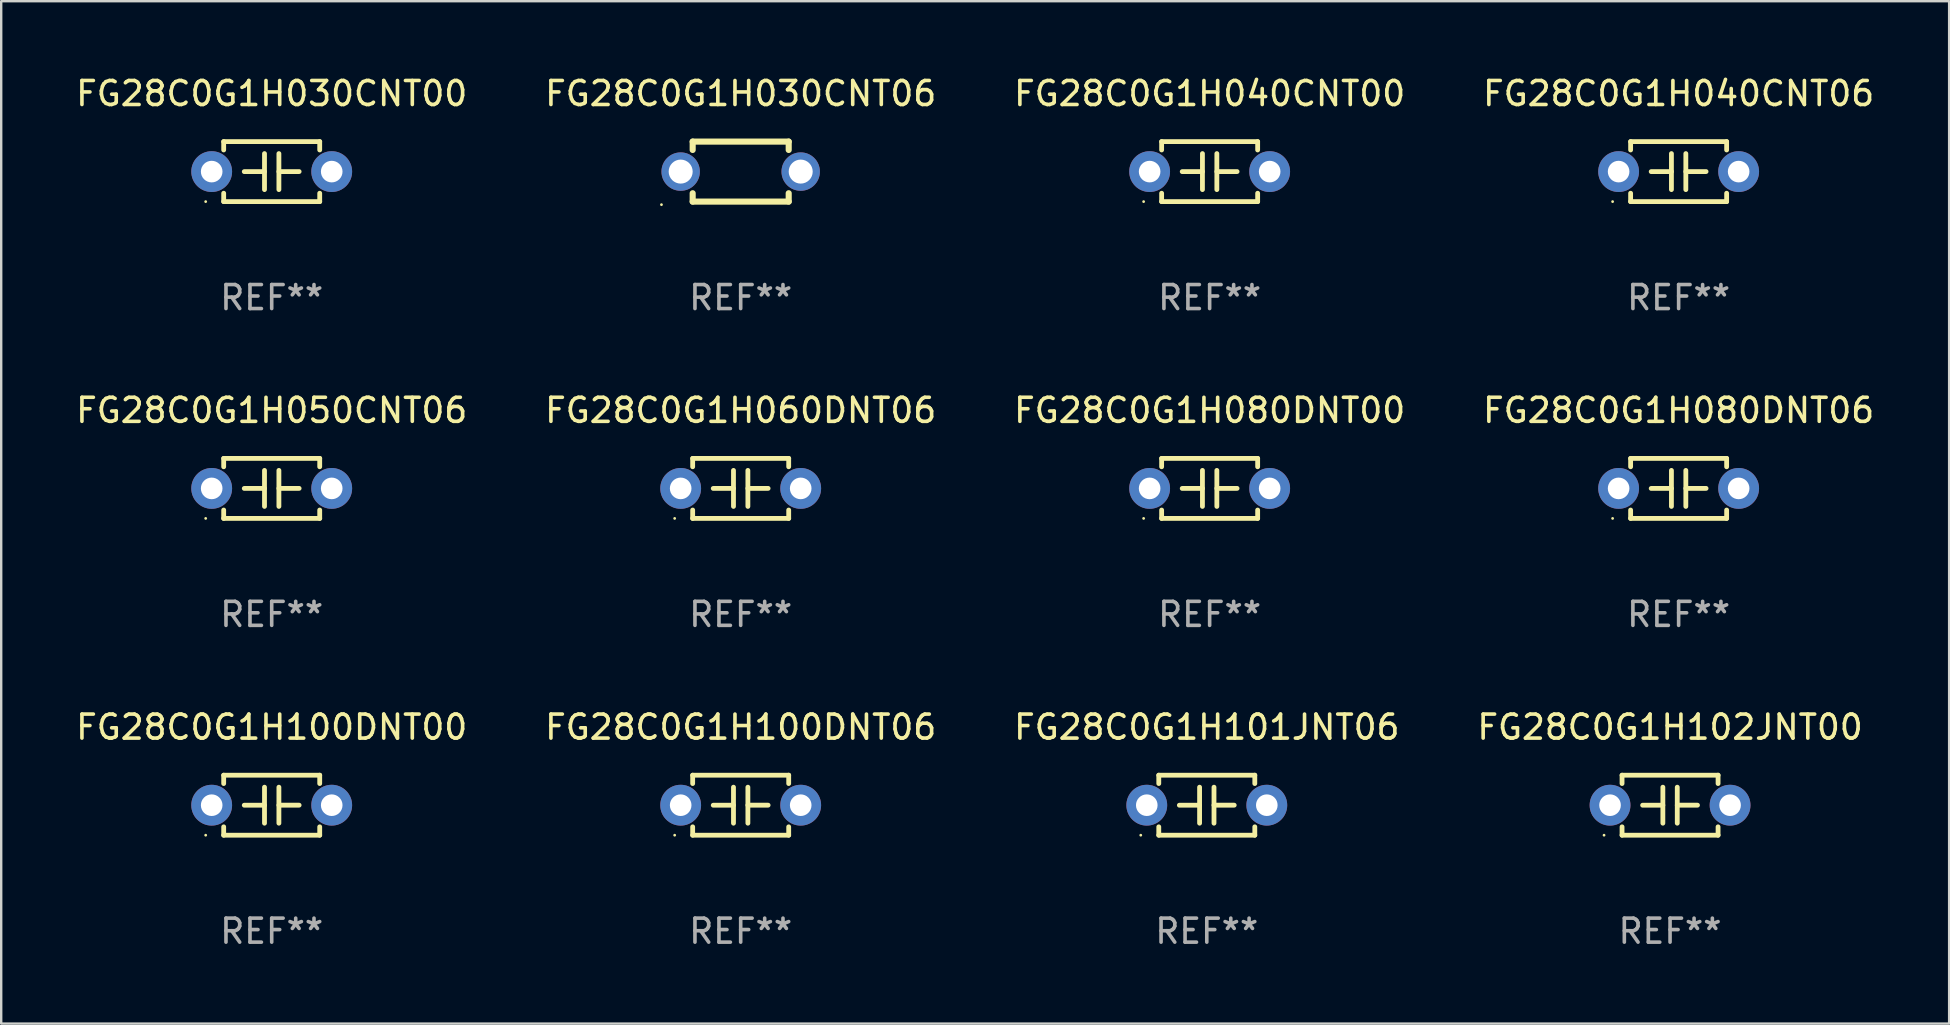
<source format=kicad_pcb>
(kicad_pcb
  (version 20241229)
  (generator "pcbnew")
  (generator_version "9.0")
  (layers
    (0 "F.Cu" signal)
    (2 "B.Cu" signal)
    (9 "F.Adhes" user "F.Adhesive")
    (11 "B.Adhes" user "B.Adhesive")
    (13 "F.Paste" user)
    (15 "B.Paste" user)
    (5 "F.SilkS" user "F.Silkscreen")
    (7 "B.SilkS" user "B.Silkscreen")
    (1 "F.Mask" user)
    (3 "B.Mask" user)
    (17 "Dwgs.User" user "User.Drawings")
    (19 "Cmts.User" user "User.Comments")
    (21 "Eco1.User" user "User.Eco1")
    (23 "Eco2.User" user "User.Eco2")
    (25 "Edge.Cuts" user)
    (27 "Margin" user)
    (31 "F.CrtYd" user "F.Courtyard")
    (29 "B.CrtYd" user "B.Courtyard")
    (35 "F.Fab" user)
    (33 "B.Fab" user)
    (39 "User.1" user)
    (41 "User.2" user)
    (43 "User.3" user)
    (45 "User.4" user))
  (footprint "FG28C0G1H060DNT06"
    (layer "F.Cu")
    (at 27.804 17.295)
    (property "Reference" "FG28C0G1H060DNT06" (at 0 -3.25 0) (layer "F.SilkS") (effects (font (size 1 1) (thickness 0.15))))
    (attr through_hole)
    (fp_line (start -2 -1.25) (end -2 -0.901) (stroke (width 0.2) (type solid)) (layer "F.SilkS"))
    (fp_line (start -2 -1.25) (end 2 -1.25) (stroke (width 0.2) (type solid)) (layer "F.SilkS"))
    (fp_line (start -2 0.901) (end -2 1.25) (stroke (width 0.2) (type solid)) (layer "F.SilkS"))
    (fp_line (start -0.3 -0.75) (end -0.3 0.75) (stroke (width 0.2) (type solid)) (layer "F.SilkS"))
    (fp_line (start -0.3 0.001) (end -1.143 0.001) (stroke (width 0.2) (type solid)) (layer "F.SilkS"))
    (fp_line (start 0.3 -0.001) (end 1.143 -0.001) (stroke (width 0.2) (type solid)) (layer "F.SilkS"))
    (fp_line (start 0.3 0.75) (end 0.3 -0.75) (stroke (width 0.2) (type solid)) (layer "F.SilkS"))
    (fp_line (start 2 -1.25) (end 2 -0.901) (stroke (width 0.2) (type solid)) (layer "F.SilkS"))
    (fp_line (start 2 0.901) (end 2 1.25) (stroke (width 0.2) (type solid)) (layer "F.SilkS"))
    (fp_line (start 2 1.25) (end -2 1.25) (stroke (width 0.2) (type solid)) (layer "F.SilkS"))
    (fp_circle (center -2.75 1.25) (end -2.72 1.25) (stroke (width 0.06) (type solid)) (fill no) (layer "F.SilkS"))
    (fp_text user "REF**" (at 0 5.25 0) (layer "F.Fab") (effects (font (size 1 1) (thickness 0.15))))
    (pad "1" thru_hole circle (at -2.5 0) (size 1.7 1.7) (drill 0.9) (layers "*.Cu" "*.Mask"))
    (pad "2" thru_hole circle (at 2.5 0) (size 1.7 1.7) (drill 0.9) (layers "*.Cu" "*.Mask")))
  (footprint "FG28C0G1H080DNT00"
    (layer "F.Cu")
    (at 47.339 17.295)
    (property "Reference" "FG28C0G1H080DNT00" (at 0 -3.25 0) (layer "F.SilkS") (effects (font (size 1 1) (thickness 0.15))))
    (attr through_hole)
    (fp_line (start -2 -1.25) (end -2 -0.901) (stroke (width 0.2) (type solid)) (layer "F.SilkS"))
    (fp_line (start -2 -1.25) (end 2 -1.25) (stroke (width 0.2) (type solid)) (layer "F.SilkS"))
    (fp_line (start -2 0.901) (end -2 1.25) (stroke (width 0.2) (type solid)) (layer "F.SilkS"))
    (fp_line (start -0.3 -0.75) (end -0.3 0.75) (stroke (width 0.2) (type solid)) (layer "F.SilkS"))
    (fp_line (start -0.3 0.001) (end -1.143 0.001) (stroke (width 0.2) (type solid)) (layer "F.SilkS"))
    (fp_line (start 0.3 -0.001) (end 1.143 -0.001) (stroke (width 0.2) (type solid)) (layer "F.SilkS"))
    (fp_line (start 0.3 0.75) (end 0.3 -0.75) (stroke (width 0.2) (type solid)) (layer "F.SilkS"))
    (fp_line (start 2 -1.25) (end 2 -0.901) (stroke (width 0.2) (type solid)) (layer "F.SilkS"))
    (fp_line (start 2 0.901) (end 2 1.25) (stroke (width 0.2) (type solid)) (layer "F.SilkS"))
    (fp_line (start 2 1.25) (end -2 1.25) (stroke (width 0.2) (type solid)) (layer "F.SilkS"))
    (fp_circle (center -2.75 1.25) (end -2.72 1.25) (stroke (width 0.06) (type solid)) (fill no) (layer "F.SilkS"))
    (fp_text user "REF**" (at 0 5.25 0) (layer "F.Fab") (effects (font (size 1 1) (thickness 0.15))))
    (pad "1" thru_hole circle (at -2.5 0) (size 1.7 1.7) (drill 0.9) (layers "*.Cu" "*.Mask"))
    (pad "2" thru_hole circle (at 2.5 0) (size 1.7 1.7) (drill 0.9) (layers "*.Cu" "*.Mask")))
  (footprint "FG28C0G1H040CNT00"
    (layer "F.Cu")
    (at 47.339 4.098)
    (property "Reference" "FG28C0G1H040CNT00" (at 0 -3.25 0) (layer "F.SilkS") (effects (font (size 1 1) (thickness 0.15))))
    (attr through_hole)
    (fp_line (start -2 -1.25) (end -2 -0.901) (stroke (width 0.2) (type solid)) (layer "F.SilkS"))
    (fp_line (start -2 -1.25) (end 2 -1.25) (stroke (width 0.2) (type solid)) (layer "F.SilkS"))
    (fp_line (start -2 0.901) (end -2 1.25) (stroke (width 0.2) (type solid)) (layer "F.SilkS"))
    (fp_line (start -0.3 -0.75) (end -0.3 0.75) (stroke (width 0.2) (type solid)) (layer "F.SilkS"))
    (fp_line (start -0.3 0.001) (end -1.143 0.001) (stroke (width 0.2) (type solid)) (layer "F.SilkS"))
    (fp_line (start 0.3 -0.001) (end 1.143 -0.001) (stroke (width 0.2) (type solid)) (layer "F.SilkS"))
    (fp_line (start 0.3 0.75) (end 0.3 -0.75) (stroke (width 0.2) (type solid)) (layer "F.SilkS"))
    (fp_line (start 2 -1.25) (end 2 -0.901) (stroke (width 0.2) (type solid)) (layer "F.SilkS"))
    (fp_line (start 2 0.901) (end 2 1.25) (stroke (width 0.2) (type solid)) (layer "F.SilkS"))
    (fp_line (start 2 1.25) (end -2 1.25) (stroke (width 0.2) (type solid)) (layer "F.SilkS"))
    (fp_circle (center -2.75 1.25) (end -2.72 1.25) (stroke (width 0.06) (type solid)) (fill no) (layer "F.SilkS"))
    (fp_text user "REF**" (at 0 5.25 0) (layer "F.Fab") (effects (font (size 1 1) (thickness 0.15))))
    (pad "1" thru_hole circle (at -2.5 0) (size 1.7 1.7) (drill 0.9) (layers "*.Cu" "*.Mask"))
    (pad "2" thru_hole circle (at 2.5 0) (size 1.7 1.7) (drill 0.9) (layers "*.Cu" "*.Mask")))
  (footprint "FG28C0G1H080DNT06"
    (layer "F.Cu")
    (at 66.875 17.295)
    (property "Reference" "FG28C0G1H080DNT06" (at 0 -3.25 0) (layer "F.SilkS") (effects (font (size 1 1) (thickness 0.15))))
    (attr through_hole)
    (fp_line (start -2 -1.25) (end -2 -0.901) (stroke (width 0.2) (type solid)) (layer "F.SilkS"))
    (fp_line (start -2 -1.25) (end 2 -1.25) (stroke (width 0.2) (type solid)) (layer "F.SilkS"))
    (fp_line (start -2 0.901) (end -2 1.25) (stroke (width 0.2) (type solid)) (layer "F.SilkS"))
    (fp_line (start -0.3 -0.75) (end -0.3 0.75) (stroke (width 0.2) (type solid)) (layer "F.SilkS"))
    (fp_line (start -0.3 0.001) (end -1.143 0.001) (stroke (width 0.2) (type solid)) (layer "F.SilkS"))
    (fp_line (start 0.3 -0.001) (end 1.143 -0.001) (stroke (width 0.2) (type solid)) (layer "F.SilkS"))
    (fp_line (start 0.3 0.75) (end 0.3 -0.75) (stroke (width 0.2) (type solid)) (layer "F.SilkS"))
    (fp_line (start 2 -1.25) (end 2 -0.901) (stroke (width 0.2) (type solid)) (layer "F.SilkS"))
    (fp_line (start 2 0.901) (end 2 1.25) (stroke (width 0.2) (type solid)) (layer "F.SilkS"))
    (fp_line (start 2 1.25) (end -2 1.25) (stroke (width 0.2) (type solid)) (layer "F.SilkS"))
    (fp_circle (center -2.75 1.25) (end -2.72 1.25) (stroke (width 0.06) (type solid)) (fill no) (layer "F.SilkS"))
    (fp_text user "REF**" (at 0 5.25 0) (layer "F.Fab") (effects (font (size 1 1) (thickness 0.15))))
    (pad "1" thru_hole circle (at -2.5 0) (size 1.7 1.7) (drill 0.9) (layers "*.Cu" "*.Mask"))
    (pad "2" thru_hole circle (at 2.5 0) (size 1.7 1.7) (drill 0.9) (layers "*.Cu" "*.Mask")))
  (footprint "FG28C0G1H100DNT00"
    (layer "F.Cu")
    (at 8.268 30.491)
    (property "Reference" "FG28C0G1H100DNT00" (at 0 -3.25 0) (layer "F.SilkS") (effects (font (size 1 1) (thickness 0.15))))
    (attr through_hole)
    (fp_line (start -2 -1.25) (end -2 -0.901) (stroke (width 0.2) (type solid)) (layer "F.SilkS"))
    (fp_line (start -2 -1.25) (end 2 -1.25) (stroke (width 0.2) (type solid)) (layer "F.SilkS"))
    (fp_line (start -2 0.901) (end -2 1.25) (stroke (width 0.2) (type solid)) (layer "F.SilkS"))
    (fp_line (start -0.3 -0.75) (end -0.3 0.75) (stroke (width 0.2) (type solid)) (layer "F.SilkS"))
    (fp_line (start -0.3 0.001) (end -1.143 0.001) (stroke (width 0.2) (type solid)) (layer "F.SilkS"))
    (fp_line (start 0.3 -0.001) (end 1.143 -0.001) (stroke (width 0.2) (type solid)) (layer "F.SilkS"))
    (fp_line (start 0.3 0.75) (end 0.3 -0.75) (stroke (width 0.2) (type solid)) (layer "F.SilkS"))
    (fp_line (start 2 -1.25) (end 2 -0.901) (stroke (width 0.2) (type solid)) (layer "F.SilkS"))
    (fp_line (start 2 0.901) (end 2 1.25) (stroke (width 0.2) (type solid)) (layer "F.SilkS"))
    (fp_line (start 2 1.25) (end -2 1.25) (stroke (width 0.2) (type solid)) (layer "F.SilkS"))
    (fp_circle (center -2.75 1.25) (end -2.72 1.25) (stroke (width 0.06) (type solid)) (fill no) (layer "F.SilkS"))
    (fp_text user "REF**" (at 0 5.25 0) (layer "F.Fab") (effects (font (size 1 1) (thickness 0.15))))
    (pad "1" thru_hole circle (at -2.5 0) (size 1.7 1.7) (drill 0.9) (layers "*.Cu" "*.Mask"))
    (pad "2" thru_hole circle (at 2.5 0) (size 1.7 1.7) (drill 0.9) (layers "*.Cu" "*.Mask")))
  (footprint "FG28C0G1H050CNT06"
    (layer "F.Cu")
    (at 8.268 17.295)
    (property "Reference" "FG28C0G1H050CNT06" (at 0 -3.25 0) (layer "F.SilkS") (effects (font (size 1 1) (thickness 0.15))))
    (attr through_hole)
    (fp_line (start -2 -1.25) (end -2 -0.901) (stroke (width 0.2) (type solid)) (layer "F.SilkS"))
    (fp_line (start -2 -1.25) (end 2 -1.25) (stroke (width 0.2) (type solid)) (layer "F.SilkS"))
    (fp_line (start -2 0.901) (end -2 1.25) (stroke (width 0.2) (type solid)) (layer "F.SilkS"))
    (fp_line (start -0.3 -0.75) (end -0.3 0.75) (stroke (width 0.2) (type solid)) (layer "F.SilkS"))
    (fp_line (start -0.3 0.001) (end -1.143 0.001) (stroke (width 0.2) (type solid)) (layer "F.SilkS"))
    (fp_line (start 0.3 -0.001) (end 1.143 -0.001) (stroke (width 0.2) (type solid)) (layer "F.SilkS"))
    (fp_line (start 0.3 0.75) (end 0.3 -0.75) (stroke (width 0.2) (type solid)) (layer "F.SilkS"))
    (fp_line (start 2 -1.25) (end 2 -0.901) (stroke (width 0.2) (type solid)) (layer "F.SilkS"))
    (fp_line (start 2 0.901) (end 2 1.25) (stroke (width 0.2) (type solid)) (layer "F.SilkS"))
    (fp_line (start 2 1.25) (end -2 1.25) (stroke (width 0.2) (type solid)) (layer "F.SilkS"))
    (fp_circle (center -2.75 1.25) (end -2.72 1.25) (stroke (width 0.06) (type solid)) (fill no) (layer "F.SilkS"))
    (fp_text user "REF**" (at 0 5.25 0) (layer "F.Fab") (effects (font (size 1 1) (thickness 0.15))))
    (pad "1" thru_hole circle (at -2.5 0) (size 1.7 1.7) (drill 0.9) (layers "*.Cu" "*.Mask"))
    (pad "2" thru_hole circle (at 2.5 0) (size 1.7 1.7) (drill 0.9) (layers "*.Cu" "*.Mask")))
  (footprint "FG28C0G1H100DNT06"
    (layer "F.Cu")
    (at 27.804 30.491)
    (property "Reference" "FG28C0G1H100DNT06" (at 0 -3.25 0) (layer "F.SilkS") (effects (font (size 1 1) (thickness 0.15))))
    (attr through_hole)
    (fp_line (start -2 -1.25) (end -2 -0.901) (stroke (width 0.2) (type solid)) (layer "F.SilkS"))
    (fp_line (start -2 -1.25) (end 2 -1.25) (stroke (width 0.2) (type solid)) (layer "F.SilkS"))
    (fp_line (start -2 0.901) (end -2 1.25) (stroke (width 0.2) (type solid)) (layer "F.SilkS"))
    (fp_line (start -0.3 -0.75) (end -0.3 0.75) (stroke (width 0.2) (type solid)) (layer "F.SilkS"))
    (fp_line (start -0.3 0.001) (end -1.143 0.001) (stroke (width 0.2) (type solid)) (layer "F.SilkS"))
    (fp_line (start 0.3 -0.001) (end 1.143 -0.001) (stroke (width 0.2) (type solid)) (layer "F.SilkS"))
    (fp_line (start 0.3 0.75) (end 0.3 -0.75) (stroke (width 0.2) (type solid)) (layer "F.SilkS"))
    (fp_line (start 2 -1.25) (end 2 -0.901) (stroke (width 0.2) (type solid)) (layer "F.SilkS"))
    (fp_line (start 2 0.901) (end 2 1.25) (stroke (width 0.2) (type solid)) (layer "F.SilkS"))
    (fp_line (start 2 1.25) (end -2 1.25) (stroke (width 0.2) (type solid)) (layer "F.SilkS"))
    (fp_circle (center -2.75 1.25) (end -2.72 1.25) (stroke (width 0.06) (type solid)) (fill no) (layer "F.SilkS"))
    (fp_text user "REF**" (at 0 5.25 0) (layer "F.Fab") (effects (font (size 1 1) (thickness 0.15))))
    (pad "1" thru_hole circle (at -2.5 0) (size 1.7 1.7) (drill 0.9) (layers "*.Cu" "*.Mask"))
    (pad "2" thru_hole circle (at 2.5 0) (size 1.7 1.7) (drill 0.9) (layers "*.Cu" "*.Mask")))
  (footprint "FG28C0G1H030CNT00"
    (layer "F.Cu")
    (at 8.268 4.098)
    (property "Reference" "FG28C0G1H030CNT00" (at 0 -3.25 0) (layer "F.SilkS") (effects (font (size 1 1) (thickness 0.15))))
    (attr through_hole)
    (fp_line (start -2 -1.25) (end -2 -0.901) (stroke (width 0.2) (type solid)) (layer "F.SilkS"))
    (fp_line (start -2 -1.25) (end 2 -1.25) (stroke (width 0.2) (type solid)) (layer "F.SilkS"))
    (fp_line (start -2 0.901) (end -2 1.25) (stroke (width 0.2) (type solid)) (layer "F.SilkS"))
    (fp_line (start -0.3 -0.75) (end -0.3 0.75) (stroke (width 0.2) (type solid)) (layer "F.SilkS"))
    (fp_line (start -0.3 0.001) (end -1.143 0.001) (stroke (width 0.2) (type solid)) (layer "F.SilkS"))
    (fp_line (start 0.3 -0.001) (end 1.143 -0.001) (stroke (width 0.2) (type solid)) (layer "F.SilkS"))
    (fp_line (start 0.3 0.75) (end 0.3 -0.75) (stroke (width 0.2) (type solid)) (layer "F.SilkS"))
    (fp_line (start 2 -1.25) (end 2 -0.901) (stroke (width 0.2) (type solid)) (layer "F.SilkS"))
    (fp_line (start 2 0.901) (end 2 1.25) (stroke (width 0.2) (type solid)) (layer "F.SilkS"))
    (fp_line (start 2 1.25) (end -2 1.25) (stroke (width 0.2) (type solid)) (layer "F.SilkS"))
    (fp_circle (center -2.75 1.25) (end -2.72 1.25) (stroke (width 0.06) (type solid)) (fill no) (layer "F.SilkS"))
    (fp_text user "REF**" (at 0 5.25 0) (layer "F.Fab") (effects (font (size 1 1) (thickness 0.15))))
    (pad "1" thru_hole circle (at -2.5 0) (size 1.7 1.7) (drill 0.9) (layers "*.Cu" "*.Mask"))
    (pad "2" thru_hole circle (at 2.5 0) (size 1.7 1.7) (drill 0.9) (layers "*.Cu" "*.Mask")))
  (footprint "FG28C0G1H030CNT06"
    (layer "F.Cu")
    (at 27.804 4.098)
    (property "Reference" "FG28C0G1H030CNT06" (at 0 -3.25 0) (layer "F.SilkS") (effects (font (size 1 1) (thickness 0.15))))
    (attr through_hole)
    (fp_line (start -2 -1.25) (end -2 -0.901) (stroke (width 0.254) (type solid)) (layer "F.SilkS"))
    (fp_line (start -2 -1.25) (end 2 -1.25) (stroke (width 0.254) (type solid)) (layer "F.SilkS"))
    (fp_line (start -2 0.901) (end -2 1.25) (stroke (width 0.254) (type solid)) (layer "F.SilkS"))
    (fp_line (start 2 -1.25) (end 2 -0.901) (stroke (width 0.254) (type solid)) (layer "F.SilkS"))
    (fp_line (start 2 0.901) (end 2 1.25) (stroke (width 0.254) (type solid)) (layer "F.SilkS"))
    (fp_line (start 2 1.25) (end -2 1.25) (stroke (width 0.254) (type solid)) (layer "F.SilkS"))
    (fp_circle (center -3.3 1.377) (end -3.27 1.377) (stroke (width 0.06) (type solid)) (fill no) (layer "F.SilkS"))
    (fp_text user "REF**" (at 0 5.25 0) (layer "F.Fab") (effects (font (size 1 1) (thickness 0.15))))
    (pad "1" thru_hole circle (at -2.5 0) (size 1.6 1.6) (drill 1) (layers "*.Cu" "*.Mask"))
    (pad "2" thru_hole circle (at 2.5 0) (size 1.6 1.6) (drill 1) (layers "*.Cu" "*.Mask")))
  (footprint "FG28C0G1H102JNT00"
    (layer "F.Cu")
    (at 66.518 30.491)
    (property "Reference" "FG28C0G1H102JNT00" (at 0 -3.25 0) (layer "F.SilkS") (effects (font (size 1 1) (thickness 0.15))))
    (attr through_hole)
    (fp_line (start -2 -1.25) (end -2 -0.901) (stroke (width 0.2) (type solid)) (layer "F.SilkS"))
    (fp_line (start -2 -1.25) (end 2 -1.25) (stroke (width 0.2) (type solid)) (layer "F.SilkS"))
    (fp_line (start -2 0.901) (end -2 1.25) (stroke (width 0.2) (type solid)) (layer "F.SilkS"))
    (fp_line (start -0.3 -0.75) (end -0.3 0.75) (stroke (width 0.2) (type solid)) (layer "F.SilkS"))
    (fp_line (start -0.3 0.001) (end -1.143 0.001) (stroke (width 0.2) (type solid)) (layer "F.SilkS"))
    (fp_line (start 0.3 -0.001) (end 1.143 -0.001) (stroke (width 0.2) (type solid)) (layer "F.SilkS"))
    (fp_line (start 0.3 0.75) (end 0.3 -0.75) (stroke (width 0.2) (type solid)) (layer "F.SilkS"))
    (fp_line (start 2 -1.25) (end 2 -0.901) (stroke (width 0.2) (type solid)) (layer "F.SilkS"))
    (fp_line (start 2 0.901) (end 2 1.25) (stroke (width 0.2) (type solid)) (layer "F.SilkS"))
    (fp_line (start 2 1.25) (end -2 1.25) (stroke (width 0.2) (type solid)) (layer "F.SilkS"))
    (fp_circle (center -2.75 1.25) (end -2.72 1.25) (stroke (width 0.06) (type solid)) (fill no) (layer "F.SilkS"))
    (fp_text user "REF**" (at 0 5.25 0) (layer "F.Fab") (effects (font (size 1 1) (thickness 0.15))))
    (pad "1" thru_hole circle (at -2.5 0) (size 1.7 1.7) (drill 0.9) (layers "*.Cu" "*.Mask"))
    (pad "2" thru_hole circle (at 2.5 0) (size 1.7 1.7) (drill 0.9) (layers "*.Cu" "*.Mask")))
  (footprint "FG28C0G1H040CNT06"
    (layer "F.Cu")
    (at 66.875 4.098)
    (property "Reference" "FG28C0G1H040CNT06" (at 0 -3.25 0) (layer "F.SilkS") (effects (font (size 1 1) (thickness 0.15))))
    (attr through_hole)
    (fp_line (start -2 -1.25) (end -2 -0.901) (stroke (width 0.2) (type solid)) (layer "F.SilkS"))
    (fp_line (start -2 -1.25) (end 2 -1.25) (stroke (width 0.2) (type solid)) (layer "F.SilkS"))
    (fp_line (start -2 0.901) (end -2 1.25) (stroke (width 0.2) (type solid)) (layer "F.SilkS"))
    (fp_line (start -0.3 -0.75) (end -0.3 0.75) (stroke (width 0.2) (type solid)) (layer "F.SilkS"))
    (fp_line (start -0.3 0.001) (end -1.143 0.001) (stroke (width 0.2) (type solid)) (layer "F.SilkS"))
    (fp_line (start 0.3 -0.001) (end 1.143 -0.001) (stroke (width 0.2) (type solid)) (layer "F.SilkS"))
    (fp_line (start 0.3 0.75) (end 0.3 -0.75) (stroke (width 0.2) (type solid)) (layer "F.SilkS"))
    (fp_line (start 2 -1.25) (end 2 -0.901) (stroke (width 0.2) (type solid)) (layer "F.SilkS"))
    (fp_line (start 2 0.901) (end 2 1.25) (stroke (width 0.2) (type solid)) (layer "F.SilkS"))
    (fp_line (start 2 1.25) (end -2 1.25) (stroke (width 0.2) (type solid)) (layer "F.SilkS"))
    (fp_circle (center -2.75 1.25) (end -2.72 1.25) (stroke (width 0.06) (type solid)) (fill no) (layer "F.SilkS"))
    (fp_text user "REF**" (at 0 5.25 0) (layer "F.Fab") (effects (font (size 1 1) (thickness 0.15))))
    (pad "1" thru_hole circle (at -2.5 0) (size 1.7 1.7) (drill 0.9) (layers "*.Cu" "*.Mask"))
    (pad "2" thru_hole circle (at 2.5 0) (size 1.7 1.7) (drill 0.9) (layers "*.Cu" "*.Mask")))
  (footprint "FG28C0G1H101JNT06"
    (layer "F.Cu")
    (at 47.22 30.491)
    (property "Reference" "FG28C0G1H101JNT06" (at 0 -3.25 0) (layer "F.SilkS") (effects (font (size 1 1) (thickness 0.15))))
    (attr through_hole)
    (fp_line (start -2 -1.25) (end -2 -0.901) (stroke (width 0.2) (type solid)) (layer "F.SilkS"))
    (fp_line (start -2 -1.25) (end 2 -1.25) (stroke (width 0.2) (type solid)) (layer "F.SilkS"))
    (fp_line (start -2 0.901) (end -2 1.25) (stroke (width 0.2) (type solid)) (layer "F.SilkS"))
    (fp_line (start -0.3 -0.75) (end -0.3 0.75) (stroke (width 0.2) (type solid)) (layer "F.SilkS"))
    (fp_line (start -0.3 0.001) (end -1.143 0.001) (stroke (width 0.2) (type solid)) (layer "F.SilkS"))
    (fp_line (start 0.3 -0.001) (end 1.143 -0.001) (stroke (width 0.2) (type solid)) (layer "F.SilkS"))
    (fp_line (start 0.3 0.75) (end 0.3 -0.75) (stroke (width 0.2) (type solid)) (layer "F.SilkS"))
    (fp_line (start 2 -1.25) (end 2 -0.901) (stroke (width 0.2) (type solid)) (layer "F.SilkS"))
    (fp_line (start 2 0.901) (end 2 1.25) (stroke (width 0.2) (type solid)) (layer "F.SilkS"))
    (fp_line (start 2 1.25) (end -2 1.25) (stroke (width 0.2) (type solid)) (layer "F.SilkS"))
    (fp_circle (center -2.75 1.25) (end -2.72 1.25) (stroke (width 0.06) (type solid)) (fill no) (layer "F.SilkS"))
    (fp_text user "REF**" (at 0 5.25 0) (layer "F.Fab") (effects (font (size 1 1) (thickness 0.15))))
    (pad "1" thru_hole circle (at -2.5 0) (size 1.7 1.7) (drill 0.9) (layers "*.Cu" "*.Mask"))
    (pad "2" thru_hole circle (at 2.5 0) (size 1.7 1.7) (drill 0.9) (layers "*.Cu" "*.Mask")))
  (gr_rect
    (start -3 -3)
    (end 78.143 39.59)
    (stroke (width 0.1) (type default))
    (fill no)
    (layer "Edge.Cuts")))
</source>
